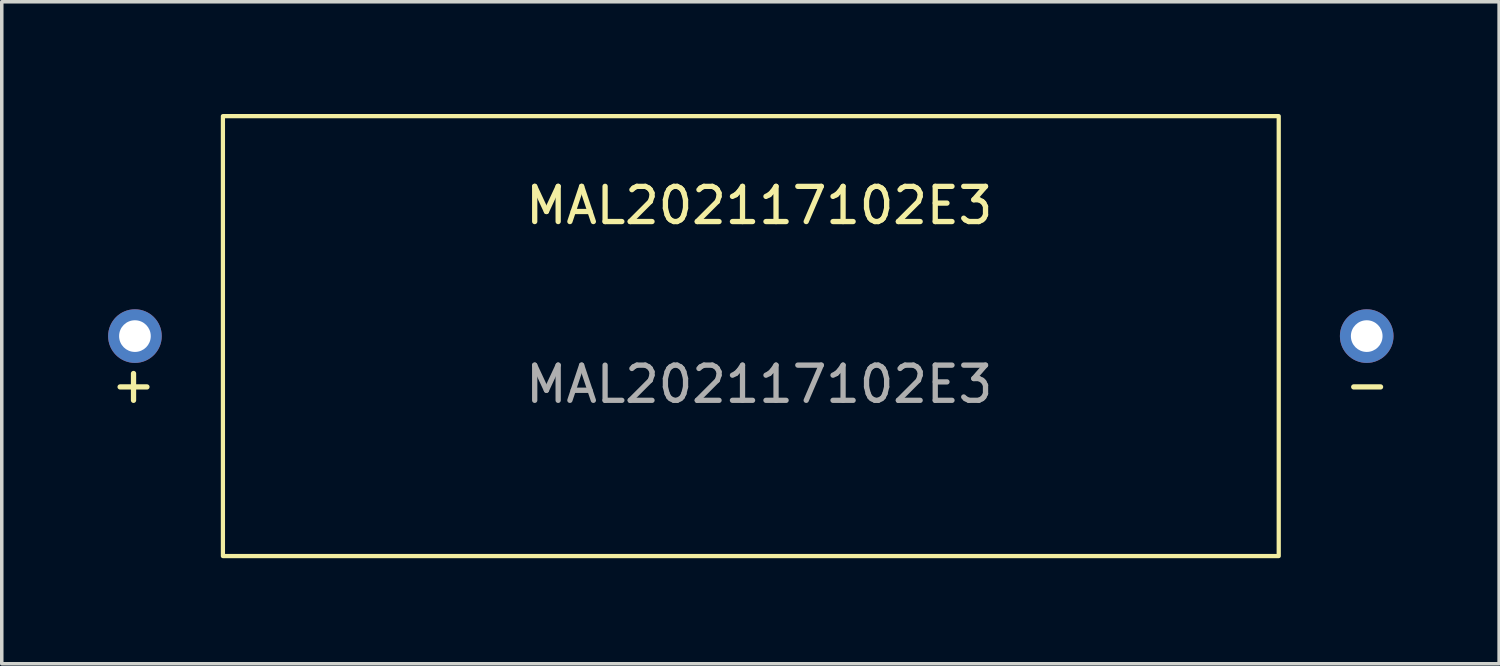
<source format=kicad_pcb>
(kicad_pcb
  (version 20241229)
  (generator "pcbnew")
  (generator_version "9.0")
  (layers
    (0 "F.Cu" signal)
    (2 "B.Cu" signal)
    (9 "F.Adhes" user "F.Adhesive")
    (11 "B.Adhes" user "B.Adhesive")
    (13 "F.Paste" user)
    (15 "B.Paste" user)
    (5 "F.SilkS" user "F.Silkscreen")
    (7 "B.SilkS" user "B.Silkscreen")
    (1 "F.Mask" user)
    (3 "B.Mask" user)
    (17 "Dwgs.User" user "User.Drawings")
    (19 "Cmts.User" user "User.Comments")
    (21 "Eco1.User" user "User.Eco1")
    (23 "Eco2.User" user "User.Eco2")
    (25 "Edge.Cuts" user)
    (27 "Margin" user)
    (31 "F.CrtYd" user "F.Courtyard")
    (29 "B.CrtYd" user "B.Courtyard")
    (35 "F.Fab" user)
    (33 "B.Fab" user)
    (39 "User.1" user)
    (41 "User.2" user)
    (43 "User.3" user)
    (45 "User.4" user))
  (footprint "MAL202117102E3"
    (layer "F.Cu")
    (at 3.284 0.25)
    (property "Reference" "MAL202117102E3" (at 15.24 2.54 0) (unlocked yes) (layer "F.SilkS") (effects (font (size 1 1) (thickness 0.15))))
    (attr through_hole)
    (fp_rect (start 0 0) (end 30 12.5) (stroke (width 0.12) (type solid)) (fill no) (layer "F.SilkS"))
    (fp_text user "+" (at -2.54 7.62 0) (unlocked yes) (layer "F.SilkS") (effects (font (size 1 1) (thickness 0.15))))
    (fp_text user "-" (at 32.512 7.62 0) (unlocked yes) (layer "F.SilkS") (effects (font (size 1 1) (thickness 0.15))))
    (fp_text user "${REFERENCE}" (at 15.24 7.62 0) (unlocked yes) (layer "F.Fab") (effects (font (size 1 1) (thickness 0.15))))
    (pad "1" thru_hole circle (at -2.5 6.25) (size 1.524 1.524) (drill 0.9) (layers "*.Cu" "*.Mask"))
    (pad "2" thru_hole circle (at 32.5 6.25) (size 1.524 1.524) (drill 0.9) (layers "*.Cu" "*.Mask")))
  (gr_rect
    (start -3 -3)
    (end 39.546 15.81)
    (stroke (width 0.1) (type default))
    (fill no)
    (layer "Edge.Cuts")))
</source>
